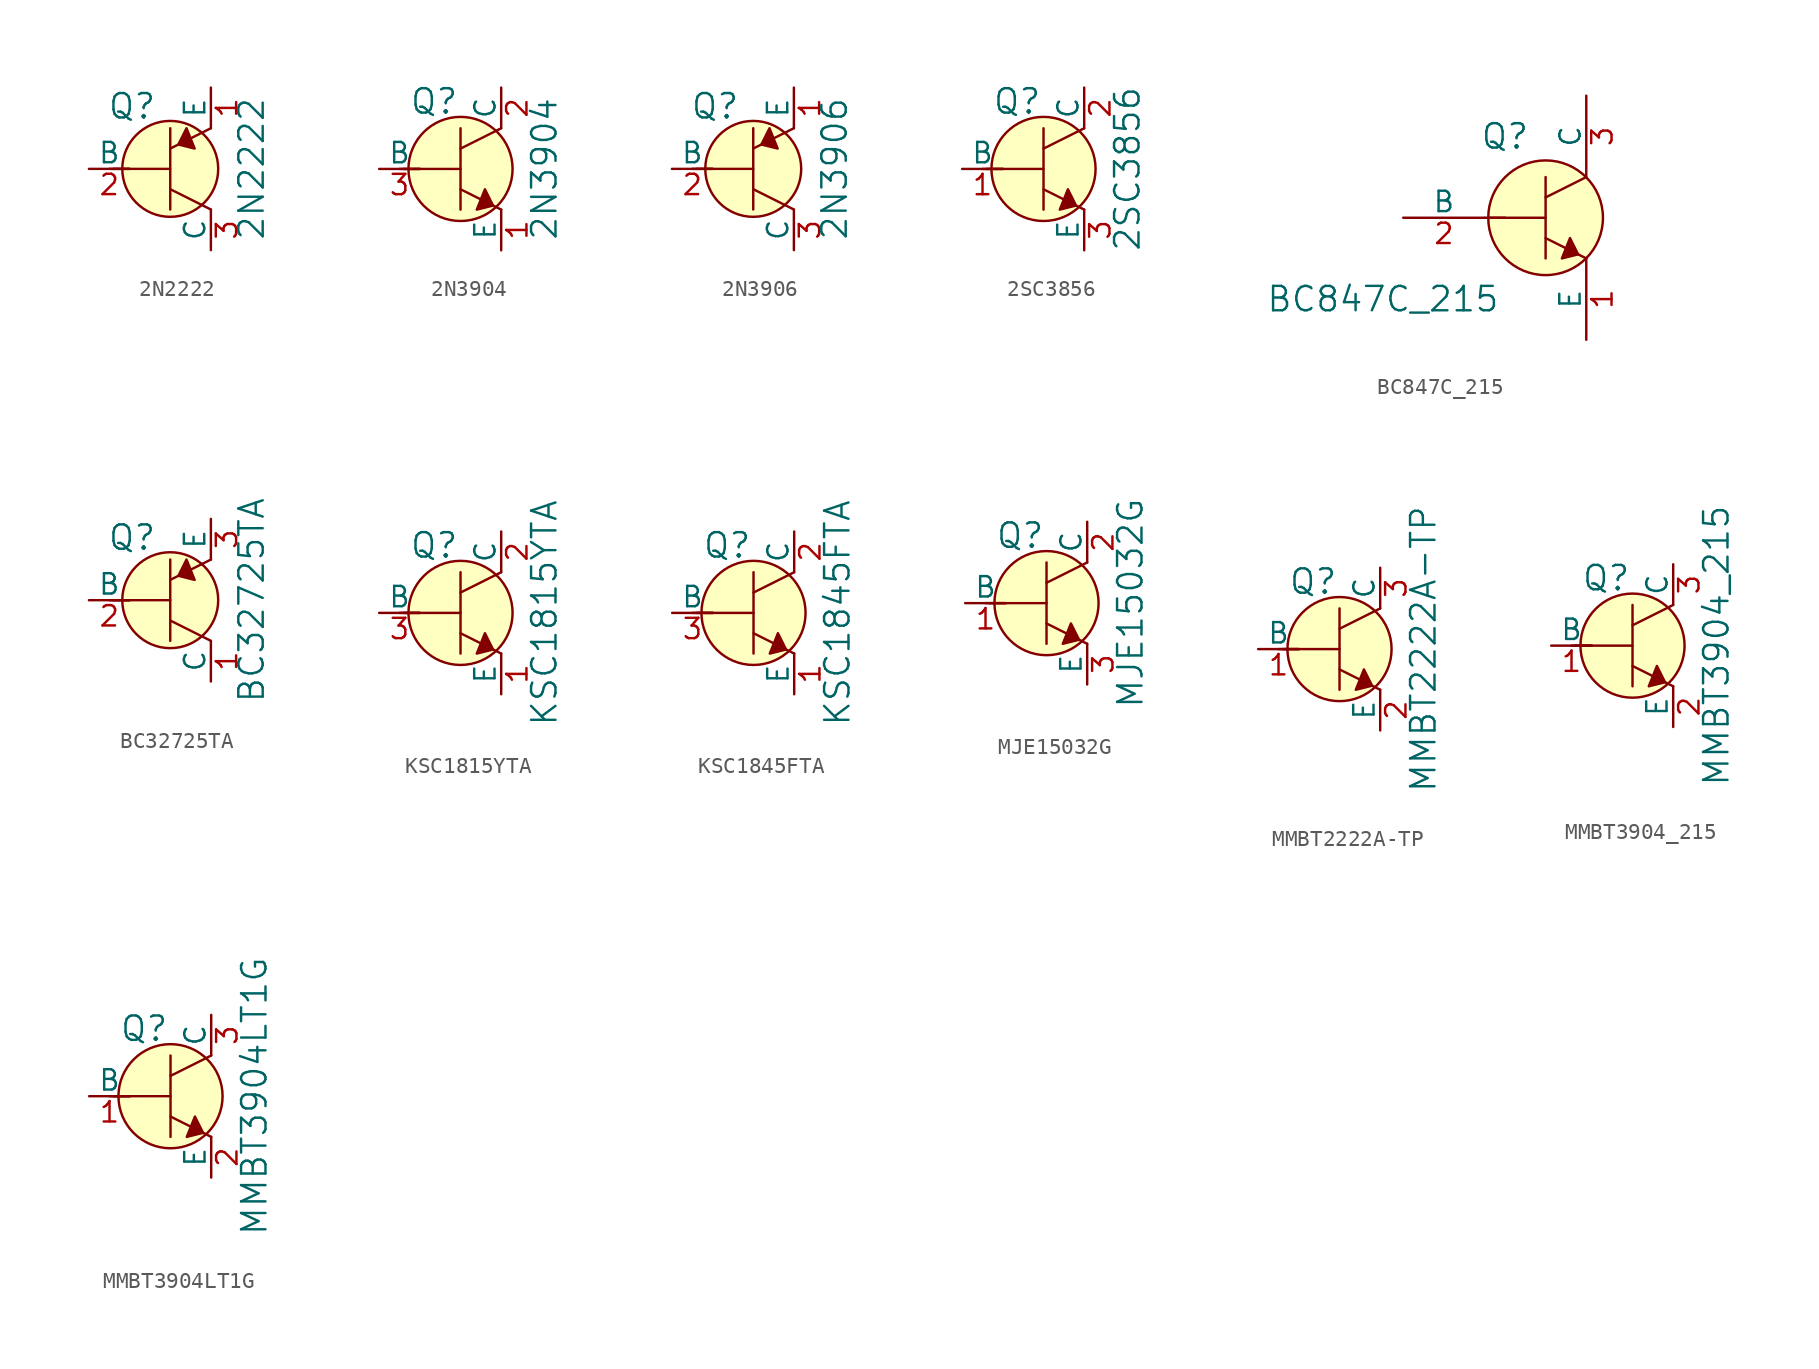
<source format=kicad_sym>
(kicad_symbol_lib
  (version 20220914)
  (generator kicad_symbol_editor)
  (symbol "2N2222"
    (pin_names
      (offset 0))
    (property "Reference" "Q"
      (at -2.388 3.912 0)
      (effects (font (size 1.524 1.524))))
    (property "Value" "2N2222"
      (at 5.08 0 90)
      (effects (font (size 1.524 1.524))))
    (symbol "2N2222_0_1"
      (polyline (pts (xy -3.81 0) (xy -2.54 0)) (stroke (width 0) (type solid)) (fill (type none)))
      (polyline (pts (xy -3.556 0) (xy 0 0)) (stroke (width 0) (type solid)) (fill (type none)))
      (polyline (pts (xy 0 -1.27) (xy 2.54 -2.54)) (stroke (width 0) (type solid)) (fill (type none)))
      (polyline (pts (xy 0 1.27) (xy 2.54 2.54)) (stroke (width 0) (type solid)) (fill (type none)))
      (polyline (pts (xy 0 2.54) (xy 0 -2.54)) (stroke (width 0) (type solid)) (fill (type none)))
      (polyline (pts (xy 1.016 2.54) (xy 0.508 1.524) (xy 1.524 1.27) (xy 1.016 2.54)) (stroke (width 0) (type solid)) (fill (type outline)))
      (circle (center 0 0) (radius 2.997) (stroke (width 0) (type solid)) (fill (type background))))
    (symbol "2N2222_1_1"
      (pin passive line (at 2.54 5.08 270) (length 2.54) (name "E" (effects (font (size 1.27 1.27)))) (number "1" (effects (font (size 1.27 1.27)))))
      (pin input line (at -5.08 0 0) (length 2.54) (name "B" (effects (font (size 1.27 1.27)))) (number "2" (effects (font (size 1.27 1.27)))))
      (pin passive line (at 2.54 -5.08 90) (length 2.54) (name "C" (effects (font (size 1.27 1.27)))) (number "3" (effects (font (size 1.27 1.27)))))))
  (symbol "2N3904"
    (pin_names
      (offset 0))
    (property "Reference" "Q"
      (at -3.2 4.216 0)
      (effects (font (size 1.524 1.524)) (justify left)))
    (property "Value" "2N3904"
      (at 5.232 0 90)
      (effects (font (size 1.524 1.524))))
    (symbol "2N3904_0_1"
      (polyline (pts (xy -3.81 0) (xy -2.54 0)) (stroke (width 0) (type solid)) (fill (type none)))
      (polyline (pts (xy -3.556 0) (xy 0 0)) (stroke (width 0) (type solid)) (fill (type none)))
      (polyline (pts (xy 0 -1.27) (xy 2.54 -2.54)) (stroke (width 0) (type solid)) (fill (type none)))
      (polyline (pts (xy 0 1.27) (xy 2.54 2.54)) (stroke (width 0) (type solid)) (fill (type none)))
      (polyline (pts (xy 0 2.54) (xy 0 -2.54)) (stroke (width 0) (type solid)) (fill (type none)))
      (polyline (pts (xy 1.524 -1.27) (xy 2.032 -2.286) (xy 1.016 -2.54) (xy 1.524 -1.27)) (stroke (width 0) (type solid)) (fill (type outline)))
      (circle (center 0 0) (radius 3.251) (stroke (width 0) (type solid)) (fill (type background))))
    (symbol "2N3904_1_1"
      (pin passive line (at 2.54 -5.08 90) (length 2.54) (name "E" (effects (font (size 1.27 1.27)))) (number "1" (effects (font (size 1.27 1.27)))))
      (pin passive line (at 2.54 5.08 270) (length 2.54) (name "C" (effects (font (size 1.27 1.27)))) (number "2" (effects (font (size 1.27 1.27)))))
      (pin input line (at -5.08 0 0) (length 2.54) (name "B" (effects (font (size 1.27 1.27)))) (number "3" (effects (font (size 1.27 1.27)))))))
  (symbol "2N3906"
    (pin_names
      (offset 0))
    (property "Reference" "Q"
      (at -2.388 3.912 0)
      (effects (font (size 1.524 1.524))))
    (property "Value" "2N3906"
      (at 5.08 0 90)
      (effects (font (size 1.524 1.524))))
    (symbol "2N3906_0_1"
      (polyline (pts (xy -3.81 0) (xy -2.54 0)) (stroke (width 0) (type solid)) (fill (type none)))
      (polyline (pts (xy -3.556 0) (xy 0 0)) (stroke (width 0) (type solid)) (fill (type none)))
      (polyline (pts (xy 0 -1.27) (xy 2.54 -2.54)) (stroke (width 0) (type solid)) (fill (type none)))
      (polyline (pts (xy 0 1.27) (xy 2.54 2.54)) (stroke (width 0) (type solid)) (fill (type none)))
      (polyline (pts (xy 0 2.54) (xy 0 -2.54)) (stroke (width 0) (type solid)) (fill (type none)))
      (polyline (pts (xy 1.016 2.54) (xy 0.508 1.524) (xy 1.524 1.27) (xy 1.016 2.54)) (stroke (width 0) (type solid)) (fill (type outline)))
      (circle (center 0 0) (radius 2.997) (stroke (width 0) (type solid)) (fill (type background))))
    (symbol "2N3906_1_1"
      (pin passive line (at 2.54 5.08 270) (length 2.54) (name "E" (effects (font (size 1.27 1.27)))) (number "1" (effects (font (size 1.27 1.27)))))
      (pin input line (at -5.08 0 0) (length 2.54) (name "B" (effects (font (size 1.27 1.27)))) (number "2" (effects (font (size 1.27 1.27)))))
      (pin passive line (at 2.54 -5.08 90) (length 2.54) (name "C" (effects (font (size 1.27 1.27)))) (number "3" (effects (font (size 1.27 1.27)))))))
  (symbol "2SC3856"
    (pin_names
      (offset 0))
    (property "Reference" "Q"
      (at -3.2 4.216 0)
      (effects (font (size 1.524 1.524)) (justify left)))
    (property "Value" "2SC3856"
      (at 5.232 0 90)
      (effects (font (size 1.524 1.524))))
    (symbol "2SC3856_0_1"
      (polyline (pts (xy -3.81 0) (xy -2.54 0)) (stroke (width 0) (type solid)) (fill (type none)))
      (polyline (pts (xy -3.556 0) (xy 0 0)) (stroke (width 0) (type solid)) (fill (type none)))
      (polyline (pts (xy 0 -1.27) (xy 2.54 -2.54)) (stroke (width 0) (type solid)) (fill (type none)))
      (polyline (pts (xy 0 1.27) (xy 2.54 2.54)) (stroke (width 0) (type solid)) (fill (type none)))
      (polyline (pts (xy 0 2.54) (xy 0 -2.54)) (stroke (width 0) (type solid)) (fill (type none)))
      (polyline (pts (xy 1.524 -1.27) (xy 2.032 -2.286) (xy 1.016 -2.54) (xy 1.524 -1.27)) (stroke (width 0) (type solid)) (fill (type outline)))
      (circle (center 0 0) (radius 3.251) (stroke (width 0) (type solid)) (fill (type background))))
    (symbol "2SC3856_1_1"
      (pin input line (at -5.08 0 0) (length 2.54) (name "B" (effects (font (size 1.27 1.27)))) (number "1" (effects (font (size 1.27 1.27)))))
      (pin passive line (at 2.54 5.08 270) (length 2.54) (name "C" (effects (font (size 1.27 1.27)))) (number "2" (effects (font (size 1.27 1.27)))))
      (pin passive line (at 2.54 -5.08 90) (length 2.54) (name "E" (effects (font (size 1.27 1.27)))) (number "3" (effects (font (size 1.27 1.27)))))))
  (symbol "BC847C_215"
    (pin_names
      (offset 0))
    (property "Reference" "Q"
      (at -2.54 5.08 0)
      (effects (font (size 1.524 1.524))))
    (property "Value" "BC847C_215"
      (at -10.16 -5.08 0)
      (effects (font (size 1.524 1.524))))
    (symbol "BC847C_215_0_1"
      (polyline (pts (xy -3.81 0) (xy -2.54 0)) (stroke (width 0) (type solid)) (fill (type none)))
      (polyline (pts (xy -3.556 0) (xy 0 0)) (stroke (width 0) (type solid)) (fill (type none)))
      (polyline (pts (xy 0 -1.27) (xy 2.54 -2.54)) (stroke (width 0) (type solid)) (fill (type none)))
      (polyline (pts (xy 0 1.27) (xy 2.54 2.54)) (stroke (width 0) (type solid)) (fill (type none)))
      (polyline (pts (xy 0 2.54) (xy 0 -2.54)) (stroke (width 0) (type solid)) (fill (type none)))
      (polyline (pts (xy 1.524 -1.27) (xy 2.032 -2.286) (xy 1.016 -2.54) (xy 1.524 -1.27)) (stroke (width 0) (type solid)) (fill (type outline)))
      (circle (center 0 0) (radius 3.581) (stroke (width 0) (type solid)) (fill (type background))))
    (symbol "BC847C_215_1_1"
      (pin input line (at 2.54 -7.62 90) (length 5.08) (name "E" (effects (font (size 1.27 1.27)))) (number "1" (effects (font (size 1.27 1.27)))))
      (pin input line (at -8.89 0 0) (length 5.08) (name "B" (effects (font (size 1.27 1.27)))) (number "2" (effects (font (size 1.27 1.27)))))
      (pin input line (at 2.54 7.62 270) (length 5.08) (name "C" (effects (font (size 1.27 1.27)))) (number "3" (effects (font (size 1.27 1.27)))))))
  (symbol "BC32725TA"
    (pin_names
      (offset 0))
    (property "Reference" "Q"
      (at -2.388 3.912 0)
      (effects (font (size 1.524 1.524))))
    (property "Value" "BC32725TA"
      (at 5.08 0 90)
      (effects (font (size 1.524 1.524))))
    (symbol "BC32725TA_0_1"
      (polyline (pts (xy -3.81 0) (xy -2.54 0)) (stroke (width 0) (type solid)) (fill (type none)))
      (polyline (pts (xy -3.556 0) (xy 0 0)) (stroke (width 0) (type solid)) (fill (type none)))
      (polyline (pts (xy 0 -1.27) (xy 2.54 -2.54)) (stroke (width 0) (type solid)) (fill (type none)))
      (polyline (pts (xy 0 1.27) (xy 2.54 2.54)) (stroke (width 0) (type solid)) (fill (type none)))
      (polyline (pts (xy 0 2.54) (xy 0 -2.54)) (stroke (width 0) (type solid)) (fill (type none)))
      (polyline (pts (xy 1.016 2.54) (xy 0.508 1.524) (xy 1.524 1.27) (xy 1.016 2.54)) (stroke (width 0) (type solid)) (fill (type outline)))
      (circle (center 0 0) (radius 2.997) (stroke (width 0) (type solid)) (fill (type background))))
    (symbol "BC32725TA_1_1"
      (pin passive line (at 2.54 -5.08 90) (length 2.54) (name "C" (effects (font (size 1.27 1.27)))) (number "1" (effects (font (size 1.27 1.27)))))
      (pin input line (at -5.08 0 0) (length 2.54) (name "B" (effects (font (size 1.27 1.27)))) (number "2" (effects (font (size 1.27 1.27)))))
      (pin passive line (at 2.54 5.08 270) (length 2.54) (name "E" (effects (font (size 1.27 1.27)))) (number "3" (effects (font (size 1.27 1.27)))))))
  (symbol "KSC1815YTA"
    (pin_names
      (offset 0))
    (property "Reference" "Q"
      (at -3.2 4.216 0)
      (effects (font (size 1.524 1.524)) (justify left)))
    (property "Value" "KSC1815YTA"
      (at 5.232 0 90)
      (effects (font (size 1.524 1.524))))
    (symbol "KSC1815YTA_0_1"
      (polyline (pts (xy -3.81 0) (xy -2.54 0)) (stroke (width 0) (type solid)) (fill (type none)))
      (polyline (pts (xy -3.556 0) (xy 0 0)) (stroke (width 0) (type solid)) (fill (type none)))
      (polyline (pts (xy 0 -1.27) (xy 2.54 -2.54)) (stroke (width 0) (type solid)) (fill (type none)))
      (polyline (pts (xy 0 1.27) (xy 2.54 2.54)) (stroke (width 0) (type solid)) (fill (type none)))
      (polyline (pts (xy 0 2.54) (xy 0 -2.54)) (stroke (width 0) (type solid)) (fill (type none)))
      (polyline (pts (xy 1.524 -1.27) (xy 2.032 -2.286) (xy 1.016 -2.54) (xy 1.524 -1.27)) (stroke (width 0) (type solid)) (fill (type outline)))
      (circle (center 0 0) (radius 3.251) (stroke (width 0) (type solid)) (fill (type background))))
    (symbol "KSC1815YTA_1_1"
      (pin passive line (at 2.54 -5.08 90) (length 2.54) (name "E" (effects (font (size 1.27 1.27)))) (number "1" (effects (font (size 1.27 1.27)))))
      (pin passive line (at 2.54 5.08 270) (length 2.54) (name "C" (effects (font (size 1.27 1.27)))) (number "2" (effects (font (size 1.27 1.27)))))
      (pin input line (at -5.08 0 0) (length 2.54) (name "B" (effects (font (size 1.27 1.27)))) (number "3" (effects (font (size 1.27 1.27)))))))
  (symbol "KSC1845FTA"
    (pin_names
      (offset 0))
    (property "Reference" "Q"
      (at -3.2 4.216 0)
      (effects (font (size 1.524 1.524)) (justify left)))
    (property "Value" "KSC1845FTA"
      (at 5.232 0 90)
      (effects (font (size 1.524 1.524))))
    (symbol "KSC1845FTA_0_1"
      (polyline (pts (xy -3.81 0) (xy -2.54 0)) (stroke (width 0) (type solid)) (fill (type none)))
      (polyline (pts (xy -3.556 0) (xy 0 0)) (stroke (width 0) (type solid)) (fill (type none)))
      (polyline (pts (xy 0 -1.27) (xy 2.54 -2.54)) (stroke (width 0) (type solid)) (fill (type none)))
      (polyline (pts (xy 0 1.27) (xy 2.54 2.54)) (stroke (width 0) (type solid)) (fill (type none)))
      (polyline (pts (xy 0 2.54) (xy 0 -2.54)) (stroke (width 0) (type solid)) (fill (type none)))
      (polyline (pts (xy 1.524 -1.27) (xy 2.032 -2.286) (xy 1.016 -2.54) (xy 1.524 -1.27)) (stroke (width 0) (type solid)) (fill (type outline)))
      (circle (center 0 0) (radius 3.251) (stroke (width 0) (type solid)) (fill (type background))))
    (symbol "KSC1845FTA_1_1"
      (pin passive line (at 2.54 -5.08 90) (length 2.54) (name "E" (effects (font (size 1.27 1.27)))) (number "1" (effects (font (size 1.27 1.27)))))
      (pin passive line (at 2.54 5.08 270) (length 2.54) (name "C" (effects (font (size 1.27 1.27)))) (number "2" (effects (font (size 1.27 1.27)))))
      (pin input line (at -5.08 0 0) (length 2.54) (name "B" (effects (font (size 1.27 1.27)))) (number "3" (effects (font (size 1.27 1.27)))))))
  (symbol "MJE15032G"
    (pin_names
      (offset 0))
    (property "Reference" "Q"
      (at -3.2 4.216 0)
      (effects (font (size 1.524 1.524)) (justify left)))
    (property "Value" "MJE15032G"
      (at 5.232 0 90)
      (effects (font (size 1.524 1.524))))
    (symbol "MJE15032G_0_1"
      (polyline (pts (xy -3.81 0) (xy -2.54 0)) (stroke (width 0) (type solid)) (fill (type none)))
      (polyline (pts (xy -3.556 0) (xy 0 0)) (stroke (width 0) (type solid)) (fill (type none)))
      (polyline (pts (xy 0 -1.27) (xy 2.54 -2.54)) (stroke (width 0) (type solid)) (fill (type none)))
      (polyline (pts (xy 0 1.27) (xy 2.54 2.54)) (stroke (width 0) (type solid)) (fill (type none)))
      (polyline (pts (xy 0 2.54) (xy 0 -2.54)) (stroke (width 0) (type solid)) (fill (type none)))
      (polyline (pts (xy 1.524 -1.27) (xy 2.032 -2.286) (xy 1.016 -2.54) (xy 1.524 -1.27)) (stroke (width 0) (type solid)) (fill (type outline)))
      (circle (center 0 0) (radius 3.251) (stroke (width 0) (type solid)) (fill (type background))))
    (symbol "MJE15032G_1_1"
      (pin input line (at -5.08 0 0) (length 2.54) (name "B" (effects (font (size 1.27 1.27)))) (number "1" (effects (font (size 1.27 1.27)))))
      (pin passive line (at 2.54 5.08 270) (length 2.54) (name "C" (effects (font (size 1.27 1.27)))) (number "2" (effects (font (size 1.27 1.27)))))
      (pin passive line (at 2.54 -5.08 90) (length 2.54) (name "E" (effects (font (size 1.27 1.27)))) (number "3" (effects (font (size 1.27 1.27)))))))
  (symbol "MMBT2222A-TP"
    (pin_names
      (offset 0))
    (property "Reference" "Q"
      (at -3.2 4.216 0)
      (effects (font (size 1.524 1.524)) (justify left)))
    (property "Value" "MMBT2222A-TP"
      (at 5.232 0 90)
      (effects (font (size 1.524 1.524))))
    (symbol "MMBT2222A-TP_0_1"
      (polyline (pts (xy -3.81 0) (xy -2.54 0)) (stroke (width 0) (type solid)) (fill (type none)))
      (polyline (pts (xy -3.556 0) (xy 0 0)) (stroke (width 0) (type solid)) (fill (type none)))
      (polyline (pts (xy 0 -1.27) (xy 2.54 -2.54)) (stroke (width 0) (type solid)) (fill (type none)))
      (polyline (pts (xy 0 1.27) (xy 2.54 2.54)) (stroke (width 0) (type solid)) (fill (type none)))
      (polyline (pts (xy 0 2.54) (xy 0 -2.54)) (stroke (width 0) (type solid)) (fill (type none)))
      (polyline (pts (xy 1.524 -1.27) (xy 2.032 -2.286) (xy 1.016 -2.54) (xy 1.524 -1.27)) (stroke (width 0) (type solid)) (fill (type outline)))
      (circle (center 0 0) (radius 3.251) (stroke (width 0) (type solid)) (fill (type background))))
    (symbol "MMBT2222A-TP_1_1"
      (pin input line (at -5.08 0 0) (length 2.54) (name "B" (effects (font (size 1.27 1.27)))) (number "1" (effects (font (size 1.27 1.27)))))
      (pin passive line (at 2.54 -5.08 90) (length 2.54) (name "E" (effects (font (size 1.27 1.27)))) (number "2" (effects (font (size 1.27 1.27)))))
      (pin passive line (at 2.54 5.08 270) (length 2.54) (name "C" (effects (font (size 1.27 1.27)))) (number "3" (effects (font (size 1.27 1.27)))))))
  (symbol "MMBT3904_215"
    (pin_names
      (offset 0))
    (property "Reference" "Q"
      (at -3.2 4.216 0)
      (effects (font (size 1.524 1.524)) (justify left)))
    (property "Value" "MMBT3904_215"
      (at 5.232 0 90)
      (effects (font (size 1.524 1.524))))
    (symbol "MMBT3904_215_0_1"
      (polyline (pts (xy -3.81 0) (xy -2.54 0)) (stroke (width 0) (type solid)) (fill (type none)))
      (polyline (pts (xy -3.556 0) (xy 0 0)) (stroke (width 0) (type solid)) (fill (type none)))
      (polyline (pts (xy 0 -1.27) (xy 2.54 -2.54)) (stroke (width 0) (type solid)) (fill (type none)))
      (polyline (pts (xy 0 1.27) (xy 2.54 2.54)) (stroke (width 0) (type solid)) (fill (type none)))
      (polyline (pts (xy 0 2.54) (xy 0 -2.54)) (stroke (width 0) (type solid)) (fill (type none)))
      (polyline (pts (xy 1.524 -1.27) (xy 2.032 -2.286) (xy 1.016 -2.54) (xy 1.524 -1.27)) (stroke (width 0) (type solid)) (fill (type outline)))
      (circle (center 0 0) (radius 3.251) (stroke (width 0) (type solid)) (fill (type background))))
    (symbol "MMBT3904_215_1_1"
      (pin input line (at -5.08 0 0) (length 2.54) (name "B" (effects (font (size 1.27 1.27)))) (number "1" (effects (font (size 1.27 1.27)))))
      (pin passive line (at 2.54 -5.08 90) (length 2.54) (name "E" (effects (font (size 1.27 1.27)))) (number "2" (effects (font (size 1.27 1.27)))))
      (pin passive line (at 2.54 5.08 270) (length 2.54) (name "C" (effects (font (size 1.27 1.27)))) (number "3" (effects (font (size 1.27 1.27)))))))
  (symbol "MMBT3904LT1G"
    (pin_names
      (offset 0))
    (property "Reference" "Q"
      (at -3.2 4.216 0)
      (effects (font (size 1.524 1.524)) (justify left)))
    (property "Value" "MMBT3904LT1G"
      (at 5.232 0 90)
      (effects (font (size 1.524 1.524))))
    (symbol "MMBT3904LT1G_0_1"
      (polyline (pts (xy -3.81 0) (xy -2.54 0)) (stroke (width 0) (type solid)) (fill (type none)))
      (polyline (pts (xy -3.556 0) (xy 0 0)) (stroke (width 0) (type solid)) (fill (type none)))
      (polyline (pts (xy 0 -1.27) (xy 2.54 -2.54)) (stroke (width 0) (type solid)) (fill (type none)))
      (polyline (pts (xy 0 1.27) (xy 2.54 2.54)) (stroke (width 0) (type solid)) (fill (type none)))
      (polyline (pts (xy 0 2.54) (xy 0 -2.54)) (stroke (width 0) (type solid)) (fill (type none)))
      (polyline (pts (xy 1.524 -1.27) (xy 2.032 -2.286) (xy 1.016 -2.54) (xy 1.524 -1.27)) (stroke (width 0) (type solid)) (fill (type outline)))
      (circle (center 0 0) (radius 3.251) (stroke (width 0) (type solid)) (fill (type background))))
    (symbol "MMBT3904LT1G_1_1"
      (pin input line (at -5.08 0 0) (length 2.54) (name "B" (effects (font (size 1.27 1.27)))) (number "1" (effects (font (size 1.27 1.27)))))
      (pin passive line (at 2.54 -5.08 90) (length 2.54) (name "E" (effects (font (size 1.27 1.27)))) (number "2" (effects (font (size 1.27 1.27)))))
      (pin passive line (at 2.54 5.08 270) (length 2.54) (name "C" (effects (font (size 1.27 1.27)))) (number "3" (effects (font (size 1.27 1.27))))))))
</source>
